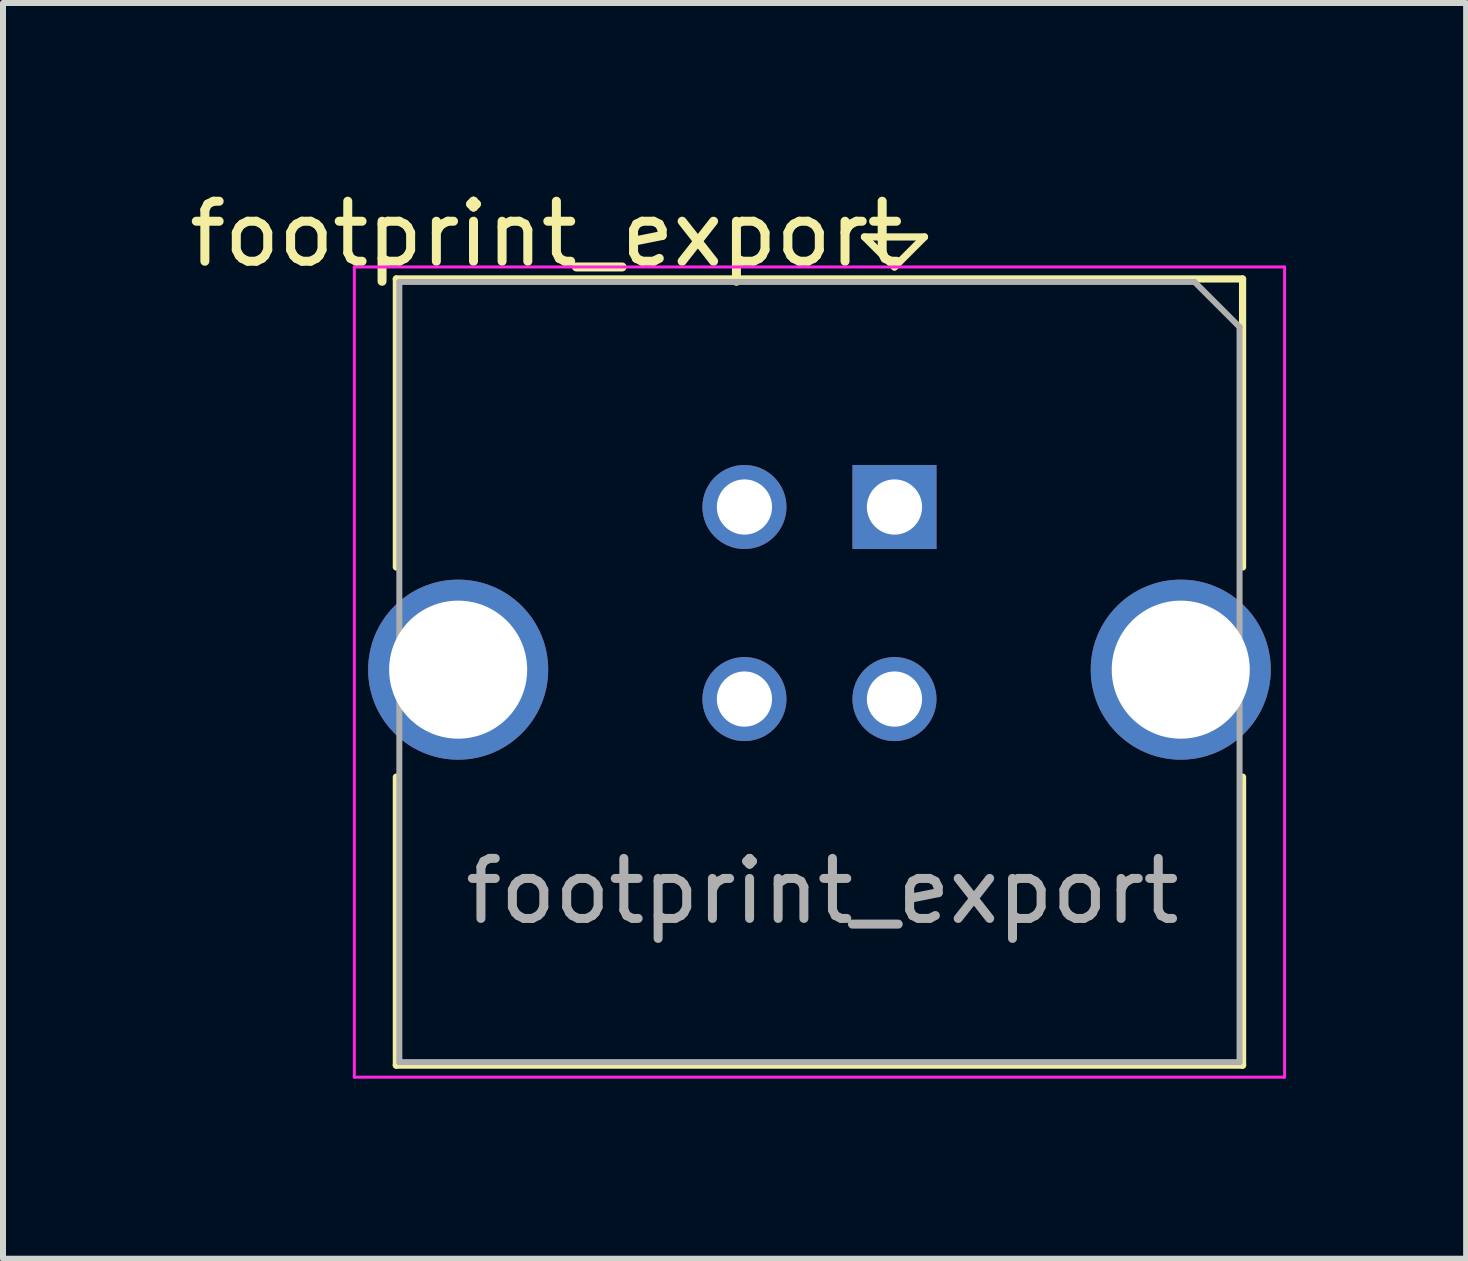
<source format=kicad_pcb>
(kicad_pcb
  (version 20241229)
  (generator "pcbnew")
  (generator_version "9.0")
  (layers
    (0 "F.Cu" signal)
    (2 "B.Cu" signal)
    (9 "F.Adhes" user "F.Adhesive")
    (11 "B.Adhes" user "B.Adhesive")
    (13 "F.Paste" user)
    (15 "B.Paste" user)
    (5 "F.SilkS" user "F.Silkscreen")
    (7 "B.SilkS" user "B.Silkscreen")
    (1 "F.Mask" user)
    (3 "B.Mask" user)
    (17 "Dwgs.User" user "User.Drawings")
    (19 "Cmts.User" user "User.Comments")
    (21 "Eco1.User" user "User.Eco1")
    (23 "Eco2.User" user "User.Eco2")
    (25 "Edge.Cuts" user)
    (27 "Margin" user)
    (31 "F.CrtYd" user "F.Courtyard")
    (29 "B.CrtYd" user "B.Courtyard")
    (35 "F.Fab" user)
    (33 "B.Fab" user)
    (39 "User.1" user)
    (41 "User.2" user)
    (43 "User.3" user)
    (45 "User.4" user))
  (footprint "footprint_export"
    (layer "F.Cu")
    (at 11.854 5.398)
    (property "Reference" "footprint_export" (at -5.8 -4.55 0) (layer "F.SilkS") (effects (font (size 1 1) (thickness 0.15))))
    (attr through_hole)
    (fp_line (start -8.3 -3.8) (end 5.8 -3.8) (stroke (width 0.12) (type solid)) (layer "F.SilkS"))
    (fp_line (start -8.3 1) (end -8.3 -3.8) (stroke (width 0.12) (type solid)) (layer "F.SilkS"))
    (fp_line (start -8.3 9.3) (end -8.3 4.5) (stroke (width 0.12) (type solid)) (layer "F.SilkS"))
    (fp_line (start -0.5 -4.5) (end 0 -4) (stroke (width 0.12) (type solid)) (layer "F.SilkS"))
    (fp_line (start 0 -4) (end 0.5 -4.5) (stroke (width 0.12) (type solid)) (layer "F.SilkS"))
    (fp_line (start 0.5 -4.5) (end -0.5 -4.5) (stroke (width 0.12) (type solid)) (layer "F.SilkS"))
    (fp_line (start 5.8 -3.8) (end 5.8 1) (stroke (width 0.12) (type solid)) (layer "F.SilkS"))
    (fp_line (start 5.8 4.5) (end 5.8 9.3) (stroke (width 0.12) (type solid)) (layer "F.SilkS"))
    (fp_line (start 5.8 9.3) (end -8.3 9.3) (stroke (width 0.12) (type solid)) (layer "F.SilkS"))
    (fp_line (start -9 -4) (end -9 9.5) (stroke (width 0.05) (type solid)) (layer "F.CrtYd"))
    (fp_line (start -9 -4) (end 6.5 -4) (stroke (width 0.05) (type solid)) (layer "F.CrtYd"))
    (fp_line (start 6.5 9.5) (end -9 9.5) (stroke (width 0.05) (type solid)) (layer "F.CrtYd"))
    (fp_line (start 6.5 9.5) (end 6.5 -4) (stroke (width 0.05) (type solid)) (layer "F.CrtYd"))
    (fp_line (start -8.25 -3.75) (end 5 -3.75) (stroke (width 0.1) (type solid)) (layer "F.Fab"))
    (fp_line (start -8.25 9.25) (end -8.25 -3.75) (stroke (width 0.1) (type solid)) (layer "F.Fab"))
    (fp_line (start 5 -3.75) (end 5.75 -3) (stroke (width 0.1) (type solid)) (layer "F.Fab"))
    (fp_line (start 5.75 -3) (end 5.75 9.25) (stroke (width 0.1) (type solid)) (layer "F.Fab"))
    (fp_line (start 5.75 9.25) (end -8.25 9.25) (stroke (width 0.1) (type solid)) (layer "F.Fab"))
    (fp_text user "${REFERENCE}" (at -1.2 6.4 0) (layer "F.Fab") (effects (font (size 1 1) (thickness 0.15))))
    (pad "1" thru_hole rect (at 0 0) (size 1.4 1.4) (drill 0.92) (layers "*.Cu" "*.Mask"))
    (pad "2" thru_hole circle (at -2.5 0) (size 1.4 1.4) (drill 0.92) (layers "*.Cu" "*.Mask"))
    (pad "3" thru_hole circle (at -2.5 3.2) (size 1.4 1.4) (drill 0.92) (layers "*.Cu" "*.Mask"))
    (pad "4" thru_hole circle (at 0 3.2) (size 1.4 1.4) (drill 0.92) (layers "*.Cu" "*.Mask"))
    (pad "5" thru_hole circle (at -7.27 2.71) (size 3 3) (drill 2.3) (layers "*.Cu" "*.Mask"))
    (pad "5" thru_hole circle (at 4.77 2.71) (size 3 3) (drill 2.3) (layers "*.Cu" "*.Mask")))
  (gr_rect
    (start -3 -3)
    (end 21.379 17.923)
    (stroke (width 0.1) (type default))
    (fill no)
    (layer "Edge.Cuts")))
</source>
